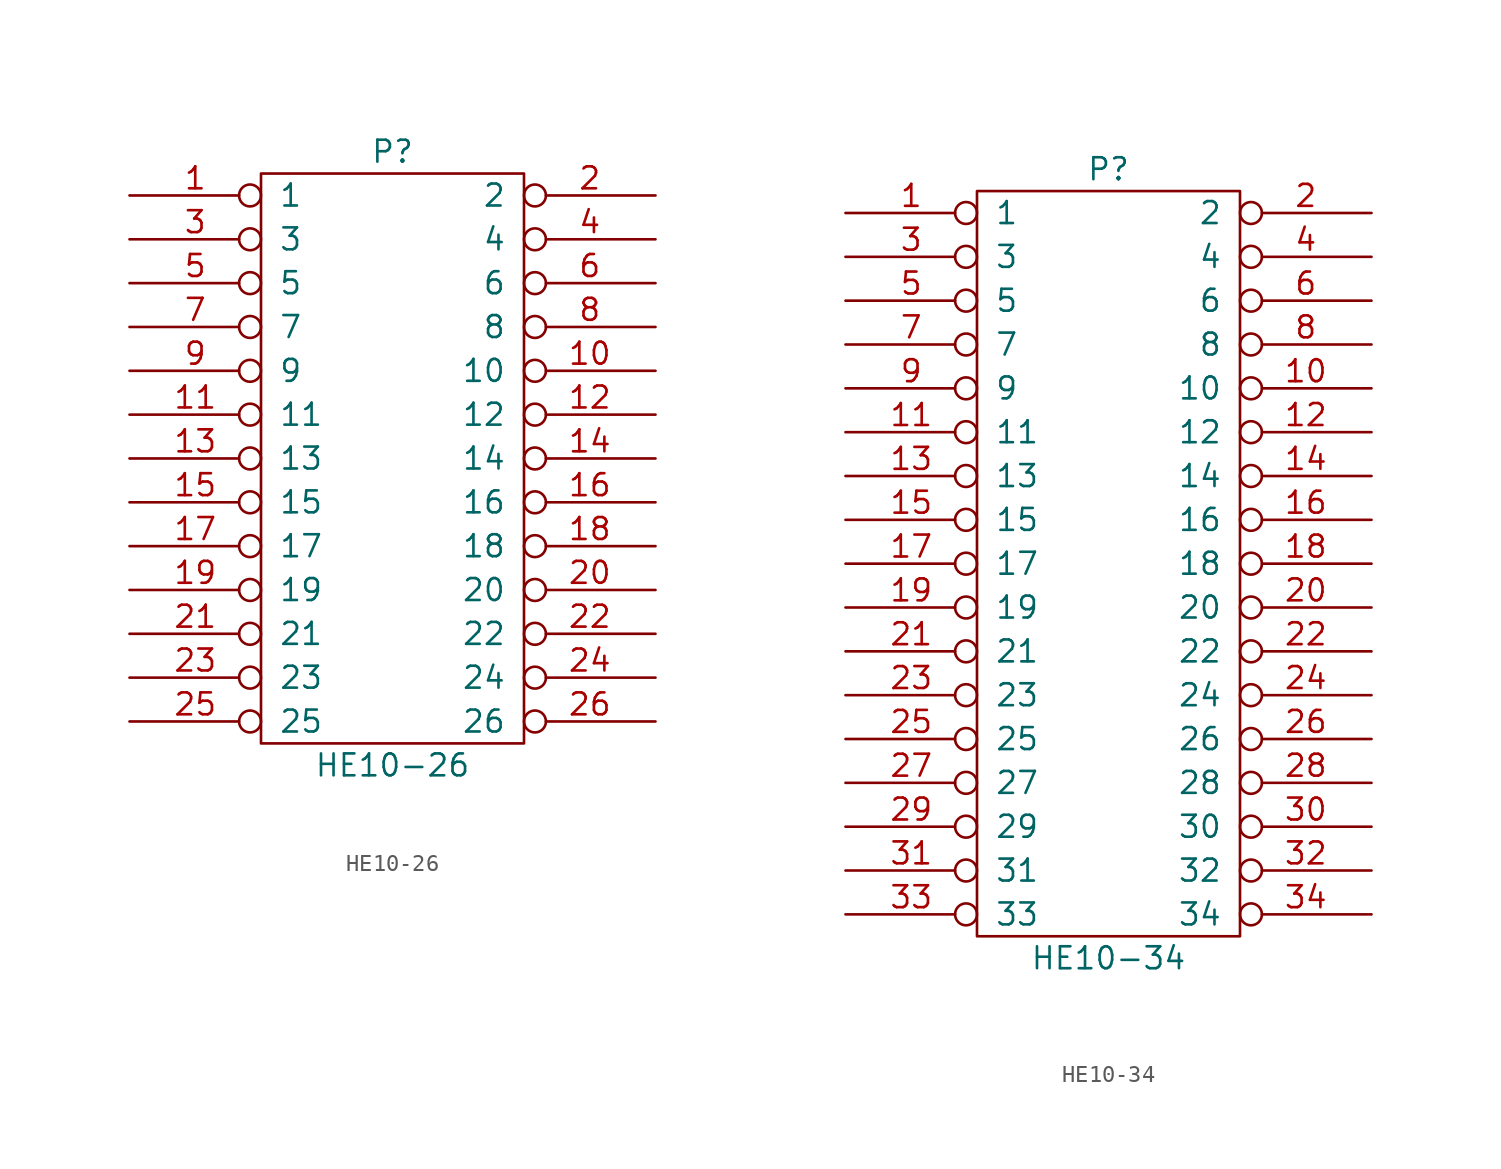
<source format=kicad_sym>
(kicad_symbol_lib
  (version 20231120)
  (generator "kicad_symbol_editor")
  (generator_version "8.0")
  (symbol "HE10-26"
    (pin_names
      (offset 1.016))
    (property "Reference" "P"
      (at 0 19.05 0)
      (effects (font (size 1.27 1.27))))
    (property "Value" "HE10-26"
      (at 0 -16.51 0)
      (effects (font (size 1.27 1.27))))
    (property "Footprint" ""
      (at 0 0 0)
      (effects (font (size 1.27 1.27))))
    (property "Datasheet" ""
      (at 0 0 0)
      (effects (font (size 1.27 1.27))))
    (symbol "HE10-26_0_1"
      (rectangle (start -7.62 17.78) (end 7.62 -15.24) (stroke (width 0) (type solid)) (fill (type none))))
    (symbol "HE10-26_1_1"
      (pin passive inverted (at -15.24 16.51 0) (length 7.62) (name "1" (effects (font (size 1.27 1.27)))) (number "1" (effects (font (size 1.27 1.27)))))
      (pin passive inverted (at 15.24 6.35 180) (length 7.62) (name "10" (effects (font (size 1.27 1.27)))) (number "10" (effects (font (size 1.27 1.27)))))
      (pin passive inverted (at -15.24 3.81 0) (length 7.62) (name "11" (effects (font (size 1.27 1.27)))) (number "11" (effects (font (size 1.27 1.27)))))
      (pin passive inverted (at 15.24 3.81 180) (length 7.62) (name "12" (effects (font (size 1.27 1.27)))) (number "12" (effects (font (size 1.27 1.27)))))
      (pin passive inverted (at -15.24 1.27 0) (length 7.62) (name "13" (effects (font (size 1.27 1.27)))) (number "13" (effects (font (size 1.27 1.27)))))
      (pin passive inverted (at 15.24 1.27 180) (length 7.62) (name "14" (effects (font (size 1.27 1.27)))) (number "14" (effects (font (size 1.27 1.27)))))
      (pin passive inverted (at -15.24 -1.27 0) (length 7.62) (name "15" (effects (font (size 1.27 1.27)))) (number "15" (effects (font (size 1.27 1.27)))))
      (pin passive inverted (at 15.24 -1.27 180) (length 7.62) (name "16" (effects (font (size 1.27 1.27)))) (number "16" (effects (font (size 1.27 1.27)))))
      (pin passive inverted (at -15.24 -3.81 0) (length 7.62) (name "17" (effects (font (size 1.27 1.27)))) (number "17" (effects (font (size 1.27 1.27)))))
      (pin passive inverted (at 15.24 -3.81 180) (length 7.62) (name "18" (effects (font (size 1.27 1.27)))) (number "18" (effects (font (size 1.27 1.27)))))
      (pin passive inverted (at -15.24 -6.35 0) (length 7.62) (name "19" (effects (font (size 1.27 1.27)))) (number "19" (effects (font (size 1.27 1.27)))))
      (pin passive inverted (at 15.24 16.51 180) (length 7.62) (name "2" (effects (font (size 1.27 1.27)))) (number "2" (effects (font (size 1.27 1.27)))))
      (pin passive inverted (at 15.24 -6.35 180) (length 7.62) (name "20" (effects (font (size 1.27 1.27)))) (number "20" (effects (font (size 1.27 1.27)))))
      (pin passive inverted (at -15.24 -8.89 0) (length 7.62) (name "21" (effects (font (size 1.27 1.27)))) (number "21" (effects (font (size 1.27 1.27)))))
      (pin passive inverted (at 15.24 -8.89 180) (length 7.62) (name "22" (effects (font (size 1.27 1.27)))) (number "22" (effects (font (size 1.27 1.27)))))
      (pin passive inverted (at -15.24 -11.43 0) (length 7.62) (name "23" (effects (font (size 1.27 1.27)))) (number "23" (effects (font (size 1.27 1.27)))))
      (pin passive inverted (at 15.24 -11.43 180) (length 7.62) (name "24" (effects (font (size 1.27 1.27)))) (number "24" (effects (font (size 1.27 1.27)))))
      (pin passive inverted (at -15.24 -13.97 0) (length 7.62) (name "25" (effects (font (size 1.27 1.27)))) (number "25" (effects (font (size 1.27 1.27)))))
      (pin passive inverted (at 15.24 -13.97 180) (length 7.62) (name "26" (effects (font (size 1.27 1.27)))) (number "26" (effects (font (size 1.27 1.27)))))
      (pin passive inverted (at -15.24 13.97 0) (length 7.62) (name "3" (effects (font (size 1.27 1.27)))) (number "3" (effects (font (size 1.27 1.27)))))
      (pin passive inverted (at 15.24 13.97 180) (length 7.62) (name "4" (effects (font (size 1.27 1.27)))) (number "4" (effects (font (size 1.27 1.27)))))
      (pin passive inverted (at -15.24 11.43 0) (length 7.62) (name "5" (effects (font (size 1.27 1.27)))) (number "5" (effects (font (size 1.27 1.27)))))
      (pin passive inverted (at 15.24 11.43 180) (length 7.62) (name "6" (effects (font (size 1.27 1.27)))) (number "6" (effects (font (size 1.27 1.27)))))
      (pin passive inverted (at -15.24 8.89 0) (length 7.62) (name "7" (effects (font (size 1.27 1.27)))) (number "7" (effects (font (size 1.27 1.27)))))
      (pin passive inverted (at 15.24 8.89 180) (length 7.62) (name "8" (effects (font (size 1.27 1.27)))) (number "8" (effects (font (size 1.27 1.27)))))
      (pin passive inverted (at -15.24 6.35 0) (length 7.62) (name "9" (effects (font (size 1.27 1.27)))) (number "9" (effects (font (size 1.27 1.27)))))))
  (symbol "HE10-34"
    (pin_names
      (offset 1.016))
    (property "Reference" "P"
      (at 0 22.86 0)
      (effects (font (size 1.27 1.27))))
    (property "Value" "HE10-34"
      (at 0 -22.86 0)
      (effects (font (size 1.27 1.27))))
    (property "Footprint" ""
      (at 0 0 0)
      (effects (font (size 1.27 1.27))))
    (property "Datasheet" ""
      (at 0 0 0)
      (effects (font (size 1.27 1.27))))
    (symbol "HE10-34_0_1"
      (rectangle (start -7.62 21.59) (end 7.62 -21.59) (stroke (width 0) (type solid)) (fill (type none))))
    (symbol "HE10-34_1_1"
      (pin passive inverted (at -15.24 20.32 0) (length 7.62) (name "1" (effects (font (size 1.27 1.27)))) (number "1" (effects (font (size 1.27 1.27)))))
      (pin passive inverted (at 15.24 10.16 180) (length 7.62) (name "10" (effects (font (size 1.27 1.27)))) (number "10" (effects (font (size 1.27 1.27)))))
      (pin passive inverted (at -15.24 7.62 0) (length 7.62) (name "11" (effects (font (size 1.27 1.27)))) (number "11" (effects (font (size 1.27 1.27)))))
      (pin passive inverted (at 15.24 7.62 180) (length 7.62) (name "12" (effects (font (size 1.27 1.27)))) (number "12" (effects (font (size 1.27 1.27)))))
      (pin passive inverted (at -15.24 5.08 0) (length 7.62) (name "13" (effects (font (size 1.27 1.27)))) (number "13" (effects (font (size 1.27 1.27)))))
      (pin passive inverted (at 15.24 5.08 180) (length 7.62) (name "14" (effects (font (size 1.27 1.27)))) (number "14" (effects (font (size 1.27 1.27)))))
      (pin passive inverted (at -15.24 2.54 0) (length 7.62) (name "15" (effects (font (size 1.27 1.27)))) (number "15" (effects (font (size 1.27 1.27)))))
      (pin passive inverted (at 15.24 2.54 180) (length 7.62) (name "16" (effects (font (size 1.27 1.27)))) (number "16" (effects (font (size 1.27 1.27)))))
      (pin passive inverted (at -15.24 0 0) (length 7.62) (name "17" (effects (font (size 1.27 1.27)))) (number "17" (effects (font (size 1.27 1.27)))))
      (pin passive inverted (at 15.24 0 180) (length 7.62) (name "18" (effects (font (size 1.27 1.27)))) (number "18" (effects (font (size 1.27 1.27)))))
      (pin passive inverted (at -15.24 -2.54 0) (length 7.62) (name "19" (effects (font (size 1.27 1.27)))) (number "19" (effects (font (size 1.27 1.27)))))
      (pin passive inverted (at 15.24 20.32 180) (length 7.62) (name "2" (effects (font (size 1.27 1.27)))) (number "2" (effects (font (size 1.27 1.27)))))
      (pin passive inverted (at 15.24 -2.54 180) (length 7.62) (name "20" (effects (font (size 1.27 1.27)))) (number "20" (effects (font (size 1.27 1.27)))))
      (pin passive inverted (at -15.24 -5.08 0) (length 7.62) (name "21" (effects (font (size 1.27 1.27)))) (number "21" (effects (font (size 1.27 1.27)))))
      (pin passive inverted (at 15.24 -5.08 180) (length 7.62) (name "22" (effects (font (size 1.27 1.27)))) (number "22" (effects (font (size 1.27 1.27)))))
      (pin passive inverted (at -15.24 -7.62 0) (length 7.62) (name "23" (effects (font (size 1.27 1.27)))) (number "23" (effects (font (size 1.27 1.27)))))
      (pin passive inverted (at 15.24 -7.62 180) (length 7.62) (name "24" (effects (font (size 1.27 1.27)))) (number "24" (effects (font (size 1.27 1.27)))))
      (pin passive inverted (at -15.24 -10.16 0) (length 7.62) (name "25" (effects (font (size 1.27 1.27)))) (number "25" (effects (font (size 1.27 1.27)))))
      (pin passive inverted (at 15.24 -10.16 180) (length 7.62) (name "26" (effects (font (size 1.27 1.27)))) (number "26" (effects (font (size 1.27 1.27)))))
      (pin passive inverted (at -15.24 -12.7 0) (length 7.62) (name "27" (effects (font (size 1.27 1.27)))) (number "27" (effects (font (size 1.27 1.27)))))
      (pin passive inverted (at 15.24 -12.7 180) (length 7.62) (name "28" (effects (font (size 1.27 1.27)))) (number "28" (effects (font (size 1.27 1.27)))))
      (pin passive inverted (at -15.24 -15.24 0) (length 7.62) (name "29" (effects (font (size 1.27 1.27)))) (number "29" (effects (font (size 1.27 1.27)))))
      (pin passive inverted (at -15.24 17.78 0) (length 7.62) (name "3" (effects (font (size 1.27 1.27)))) (number "3" (effects (font (size 1.27 1.27)))))
      (pin passive inverted (at 15.24 -15.24 180) (length 7.62) (name "30" (effects (font (size 1.27 1.27)))) (number "30" (effects (font (size 1.27 1.27)))))
      (pin passive inverted (at -15.24 -17.78 0) (length 7.62) (name "31" (effects (font (size 1.27 1.27)))) (number "31" (effects (font (size 1.27 1.27)))))
      (pin passive inverted (at 15.24 -17.78 180) (length 7.62) (name "32" (effects (font (size 1.27 1.27)))) (number "32" (effects (font (size 1.27 1.27)))))
      (pin passive inverted (at -15.24 -20.32 0) (length 7.62) (name "33" (effects (font (size 1.27 1.27)))) (number "33" (effects (font (size 1.27 1.27)))))
      (pin passive inverted (at 15.24 -20.32 180) (length 7.62) (name "34" (effects (font (size 1.27 1.27)))) (number "34" (effects (font (size 1.27 1.27)))))
      (pin passive inverted (at 15.24 17.78 180) (length 7.62) (name "4" (effects (font (size 1.27 1.27)))) (number "4" (effects (font (size 1.27 1.27)))))
      (pin passive inverted (at -15.24 15.24 0) (length 7.62) (name "5" (effects (font (size 1.27 1.27)))) (number "5" (effects (font (size 1.27 1.27)))))
      (pin passive inverted (at 15.24 15.24 180) (length 7.62) (name "6" (effects (font (size 1.27 1.27)))) (number "6" (effects (font (size 1.27 1.27)))))
      (pin passive inverted (at -15.24 12.7 0) (length 7.62) (name "7" (effects (font (size 1.27 1.27)))) (number "7" (effects (font (size 1.27 1.27)))))
      (pin passive inverted (at 15.24 12.7 180) (length 7.62) (name "8" (effects (font (size 1.27 1.27)))) (number "8" (effects (font (size 1.27 1.27)))))
      (pin passive inverted (at -15.24 10.16 0) (length 7.62) (name "9" (effects (font (size 1.27 1.27)))) (number "9" (effects (font (size 1.27 1.27))))))))
</source>
